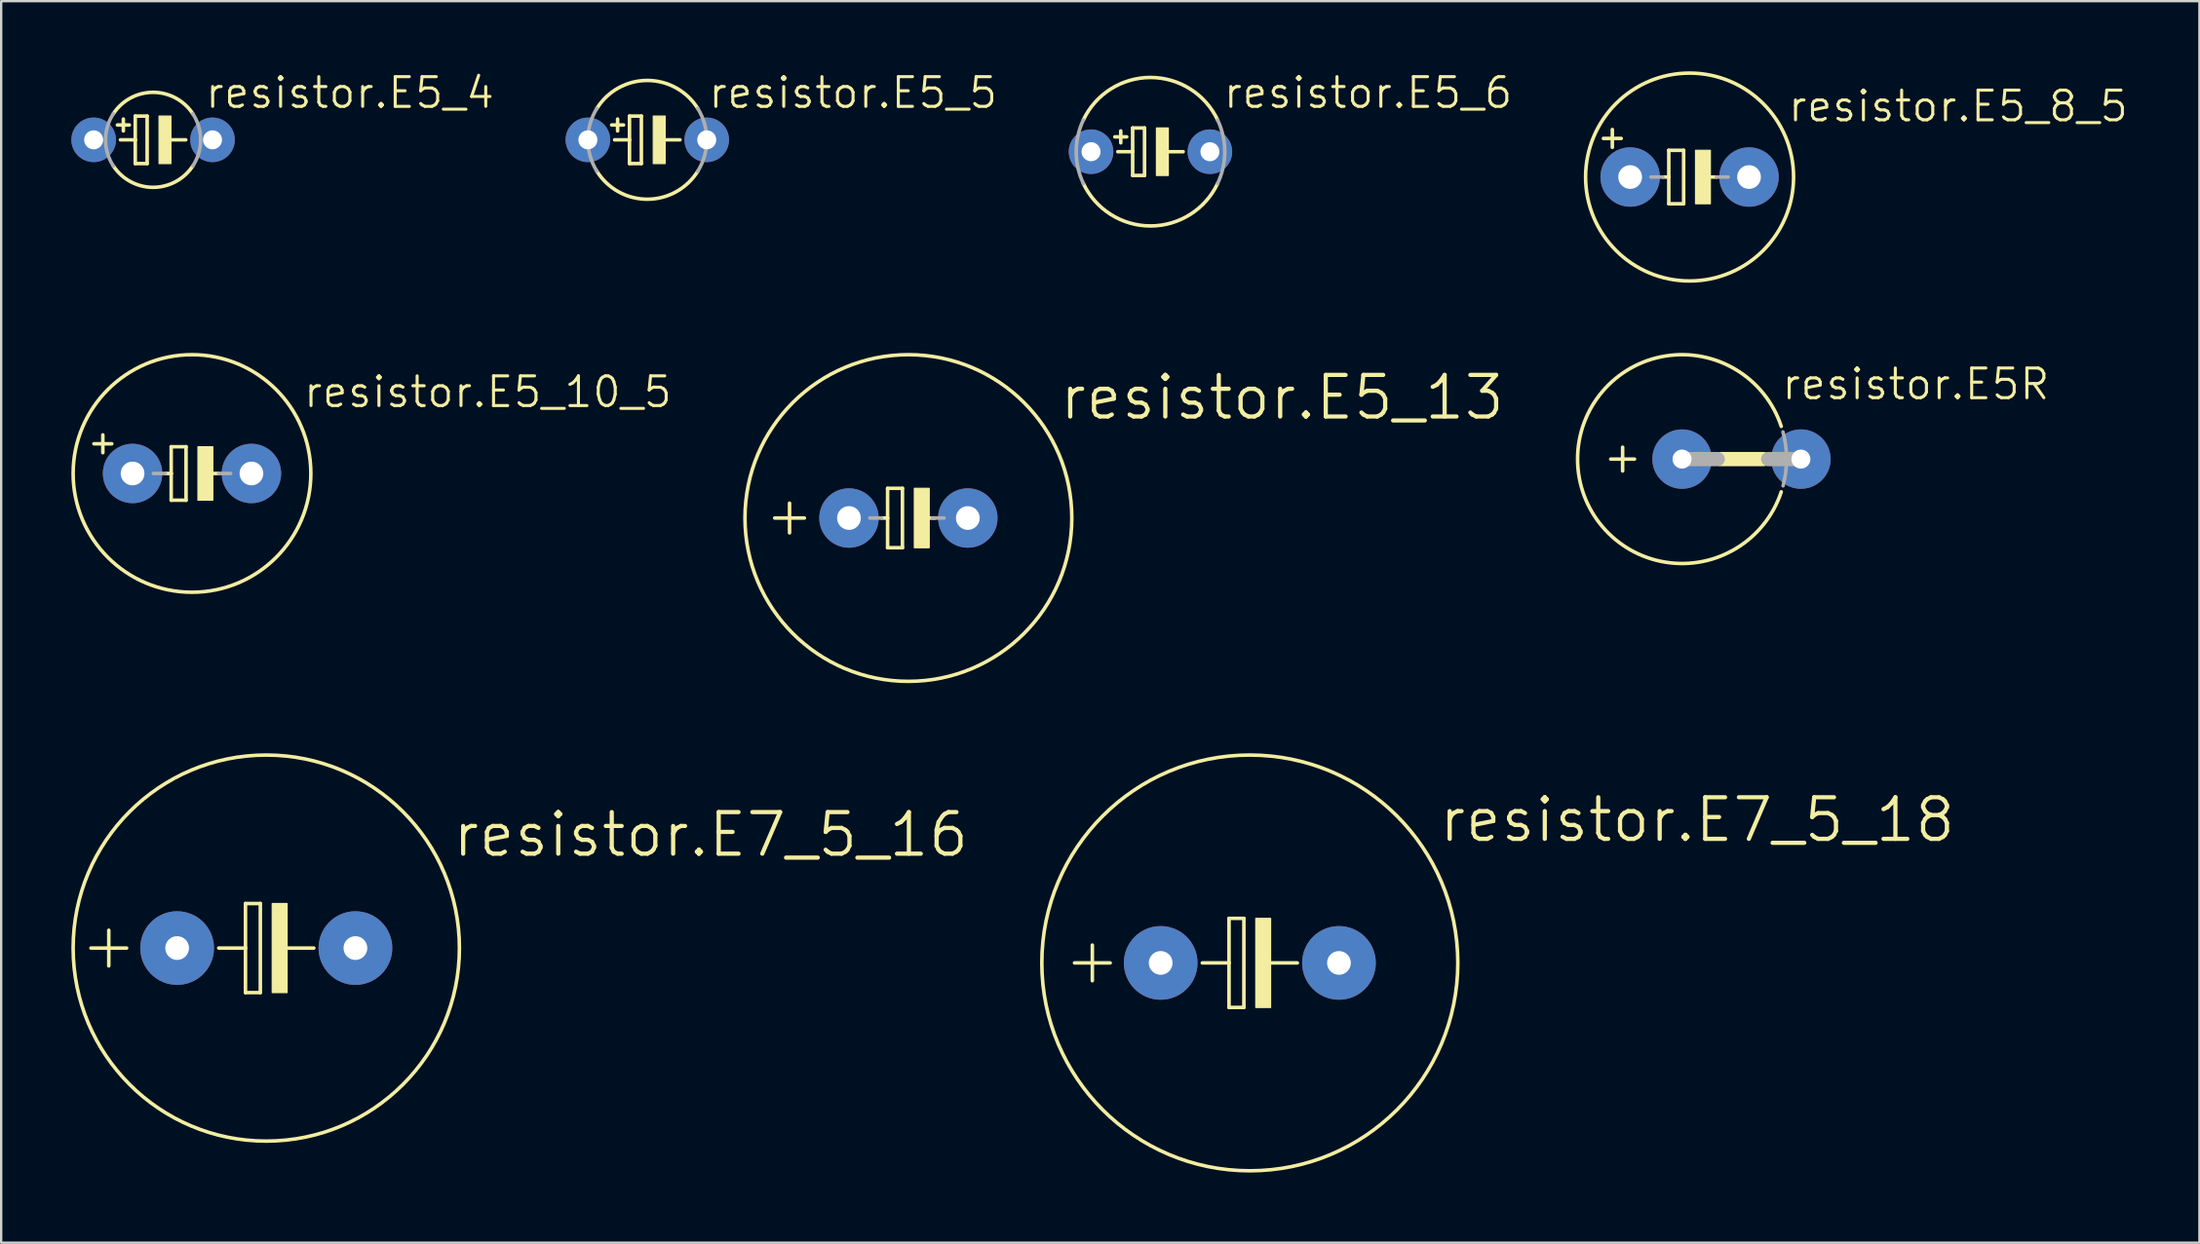
<source format=kicad_pcb>
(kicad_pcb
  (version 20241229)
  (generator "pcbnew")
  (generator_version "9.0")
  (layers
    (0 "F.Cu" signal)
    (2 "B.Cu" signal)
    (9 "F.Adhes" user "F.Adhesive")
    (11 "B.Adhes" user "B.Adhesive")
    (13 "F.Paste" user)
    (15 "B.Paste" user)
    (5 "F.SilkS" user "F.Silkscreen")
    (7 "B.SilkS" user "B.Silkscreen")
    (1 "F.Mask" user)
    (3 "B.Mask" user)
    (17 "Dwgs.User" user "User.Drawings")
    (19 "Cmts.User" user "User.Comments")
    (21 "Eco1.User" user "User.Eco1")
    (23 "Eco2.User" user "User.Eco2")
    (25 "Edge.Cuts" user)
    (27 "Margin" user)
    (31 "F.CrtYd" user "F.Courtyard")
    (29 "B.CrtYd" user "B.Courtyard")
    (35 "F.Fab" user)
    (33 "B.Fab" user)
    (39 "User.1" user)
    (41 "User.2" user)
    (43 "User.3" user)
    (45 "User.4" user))
  (footprint "resistor.E5_13"
    (layer "F.Cu")
    (at 35.776 19.104)
    (property "Reference" "resistor.E5_13" (at 6.375 -4.115 0) (layer "F.SilkS") (effects (font (size 1.778 1.778) (thickness 0.18)) (justify left bottom)))
    (attr through_hole)
    (fp_line (start -5.715 0) (end -4.445 0) (stroke (width 0.152) (type default)) (layer "F.SilkS"))
    (fp_line (start -5.08 0.635) (end -5.08 -0.635) (stroke (width 0.152) (type default)) (layer "F.SilkS"))
    (fp_line (start -1.143 0) (end -0.889 0) (stroke (width 0.152) (type default)) (layer "F.SilkS"))
    (fp_line (start -0.889 -1.27) (end -0.889 0) (stroke (width 0.152) (type default)) (layer "F.SilkS"))
    (fp_line (start -0.889 0) (end -0.889 1.27) (stroke (width 0.152) (type default)) (layer "F.SilkS"))
    (fp_line (start -0.889 1.27) (end -0.254 1.27) (stroke (width 0.152) (type default)) (layer "F.SilkS"))
    (fp_line (start -0.254 -1.27) (end -0.889 -1.27) (stroke (width 0.152) (type default)) (layer "F.SilkS"))
    (fp_line (start -0.254 1.27) (end -0.254 -1.27) (stroke (width 0.152) (type default)) (layer "F.SilkS"))
    (fp_line (start 0.635 0) (end 1.143 0) (stroke (width 0.152) (type default)) (layer "F.SilkS"))
    (fp_rect (start 0.254 1.27) (end 0.889 -1.27) (stroke (width 0.05) (type default)) (fill yes) (layer "F.SilkS"))
    (fp_circle (center 0 0) (end 6.985 0) (stroke (width 0.152) (type default)) (fill no) (layer "F.SilkS"))
    (fp_line (start -1.651 0) (end -1.143 0) (stroke (width 0.152) (type default)) (layer "F.Fab"))
    (fp_line (start 1.016 0) (end 1.524 0) (stroke (width 0.152) (type default)) (layer "F.Fab"))
    (pad "+" thru_hole circle (at -2.54 0) (size 2.54 2.54) (drill 1.016) (layers "*.Cu" "*.Mask"))
    (pad "-" thru_hole circle (at 2.54 0) (size 2.54 2.54) (drill 1.016) (layers "*.Cu" "*.Mask")))
  (footprint "resistor.E5_10_5"
    (layer "F.Cu")
    (at 5.156 17.199)
    (property "Reference" "resistor.E5_10_5" (at 4.699 -2.743 0) (layer "F.SilkS") (effects (font (size 1.27 1.27) (thickness 0.13)) (justify left bottom)))
    (attr through_hole)
    (fp_line (start -3.81 -1.651) (end -3.81 -0.889) (stroke (width 0.152) (type default)) (layer "F.SilkS"))
    (fp_line (start -3.429 -1.27) (end -4.191 -1.27) (stroke (width 0.152) (type default)) (layer "F.SilkS"))
    (fp_line (start -1.143 0) (end -0.889 0) (stroke (width 0.152) (type default)) (layer "F.SilkS"))
    (fp_line (start -0.889 -1.143) (end -0.889 0) (stroke (width 0.152) (type default)) (layer "F.SilkS"))
    (fp_line (start -0.889 0) (end -0.889 1.143) (stroke (width 0.152) (type default)) (layer "F.SilkS"))
    (fp_line (start -0.889 1.143) (end -0.254 1.143) (stroke (width 0.152) (type default)) (layer "F.SilkS"))
    (fp_line (start -0.254 -1.143) (end -0.889 -1.143) (stroke (width 0.152) (type default)) (layer "F.SilkS"))
    (fp_line (start -0.254 1.143) (end -0.254 -1.143) (stroke (width 0.152) (type default)) (layer "F.SilkS"))
    (fp_line (start 0.635 0) (end 1.143 0) (stroke (width 0.152) (type default)) (layer "F.SilkS"))
    (fp_rect (start 0.254 1.143) (end 0.889 -1.143) (stroke (width 0.05) (type default)) (fill yes) (layer "F.SilkS"))
    (fp_circle (center 0 0) (end 5.08 0) (stroke (width 0.152) (type default)) (fill no) (layer "F.SilkS"))
    (fp_line (start -1.651 0) (end -1.143 0) (stroke (width 0.152) (type default)) (layer "F.Fab"))
    (fp_line (start 1.143 0) (end 1.651 0) (stroke (width 0.152) (type default)) (layer "F.Fab"))
    (pad "+" thru_hole circle (at -2.54 0) (size 2.54 2.54) (drill 1.016) (layers "*.Cu" "*.Mask"))
    (pad "-" thru_hole circle (at 2.54 0) (size 2.54 2.54) (drill 1.016) (layers "*.Cu" "*.Mask")))
  (footprint "resistor.E5R"
    (layer "F.Cu")
    (at 71.383 16.584)
    (property "Reference" "resistor.E5R" (at 1.651 -2.464 0) (layer "F.SilkS") (effects (font (size 1.27 1.27) (thickness 0.13)) (justify left bottom)))
    (attr through_hole)
    (fp_line (start -5.588 0) (end -4.572 0) (stroke (width 0.152) (type default)) (layer "F.SilkS"))
    (fp_line (start -5.08 0.508) (end -5.08 -0.508) (stroke (width 0.152) (type default)) (layer "F.SilkS"))
    (fp_line (start -0.889 0) (end 0.94 0) (stroke (width 0.61) (type default)) (layer "F.SilkS"))
    (fp_arc (start 1.699999 1.4) (mid -7.005177 -0.0001) (end 1.70003 -1.40001) (stroke (width 0.1524) (type default)) (layer "F.SilkS"))
    (fp_line (start -2.54 0) (end -1.016 0) (stroke (width 0.61) (type default)) (layer "F.Fab"))
    (fp_line (start 2.54 0) (end 1.143 0) (stroke (width 0.61) (type default)) (layer "F.Fab"))
    (fp_arc (start 1.7732 -1.1613) (mid 1.926798 -0.009471) (end 1.7781 1.143) (stroke (width 0.1524) (type default)) (layer "F.Fab"))
    (pad "+" thru_hole circle (at -2.54 0) (size 2.54 2.54) (drill 0.813) (layers "*.Cu" "*.Mask"))
    (pad "-" thru_hole circle (at 2.54 0) (size 2.54 2.54) (drill 0.813) (layers "*.Cu" "*.Mask")))
  (footprint "resistor.E5_5"
    (layer "F.Cu")
    (at 24.617 2.93)
    (property "Reference" "resistor.E5_5" (at 2.54 -1.27 0) (layer "F.SilkS") (effects (font (size 1.27 1.27) (thickness 0.13)) (justify left bottom)))
    (attr through_hole)
    (fp_line (start -1.524 -0.635) (end -1.016 -0.635) (stroke (width 0.152) (type default)) (layer "F.SilkS"))
    (fp_line (start -1.397 0) (end -0.762 0) (stroke (width 0.152) (type default)) (layer "F.SilkS"))
    (fp_line (start -1.27 -0.381) (end -1.27 -0.889) (stroke (width 0.152) (type default)) (layer "F.SilkS"))
    (fp_line (start -0.762 -1.016) (end -0.762 0) (stroke (width 0.152) (type default)) (layer "F.SilkS"))
    (fp_line (start -0.762 0) (end -0.762 1.016) (stroke (width 0.152) (type default)) (layer "F.SilkS"))
    (fp_line (start -0.762 1.016) (end -0.254 1.016) (stroke (width 0.152) (type default)) (layer "F.SilkS"))
    (fp_line (start -0.254 -1.016) (end -0.762 -1.016) (stroke (width 0.152) (type default)) (layer "F.SilkS"))
    (fp_line (start -0.254 1.016) (end -0.254 -1.016) (stroke (width 0.152) (type default)) (layer "F.SilkS"))
    (fp_line (start 0.635 0) (end 1.397 0) (stroke (width 0.152) (type default)) (layer "F.SilkS"))
    (fp_rect (start 0.254 1.016) (end 0.762 -1.016) (stroke (width 0.05) (type default)) (fill yes) (layer "F.SilkS"))
    (fp_arc (start -2.1557 -1.3432) (mid 0 -2.539927) (end 2.1557 -1.3432) (stroke (width 0.1524) (type default)) (layer "F.SilkS"))
    (fp_arc (start 2.1557 1.3432) (mid 0 2.539927) (end -2.1557 1.3432) (stroke (width 0.1524) (type default)) (layer "F.SilkS"))
    (fp_arc (start -2.1557 1.3432) (mid -2.539927 0) (end -2.1557 -1.3432) (stroke (width 0.1524) (type default)) (layer "F.Fab"))
    (fp_arc (start 2.1557 -1.3432) (mid 2.539927 0) (end 2.1557 1.3432) (stroke (width 0.1524) (type default)) (layer "F.Fab"))
    (pad "+" thru_hole circle (at -2.54 0) (size 1.905 1.905) (drill 0.813) (layers "*.Cu" "*.Mask"))
    (pad "-" thru_hole circle (at 2.54 0) (size 1.905 1.905) (drill 0.813) (layers "*.Cu" "*.Mask")))
  (footprint "resistor.E5_8_5"
    (layer "F.Cu")
    (at 69.165 4.521)
    (property "Reference" "resistor.E5_8_5" (at 4.14 -2.286 0) (layer "F.SilkS") (effects (font (size 1.27 1.27) (thickness 0.13)) (justify left bottom)))
    (attr through_hole)
    (fp_line (start -3.683 -1.651) (end -2.921 -1.651) (stroke (width 0.152) (type default)) (layer "F.SilkS"))
    (fp_line (start -3.302 -2.032) (end -3.302 -1.27) (stroke (width 0.152) (type default)) (layer "F.SilkS"))
    (fp_line (start -1.143 0) (end -0.889 0) (stroke (width 0.152) (type default)) (layer "F.SilkS"))
    (fp_line (start -0.889 -1.143) (end -0.889 0) (stroke (width 0.152) (type default)) (layer "F.SilkS"))
    (fp_line (start -0.889 0) (end -0.889 1.143) (stroke (width 0.152) (type default)) (layer "F.SilkS"))
    (fp_line (start -0.889 1.143) (end -0.254 1.143) (stroke (width 0.152) (type default)) (layer "F.SilkS"))
    (fp_line (start -0.254 -1.143) (end -0.889 -1.143) (stroke (width 0.152) (type default)) (layer "F.SilkS"))
    (fp_line (start -0.254 1.143) (end -0.254 -1.143) (stroke (width 0.152) (type default)) (layer "F.SilkS"))
    (fp_line (start 0.635 0) (end 1.143 0) (stroke (width 0.152) (type default)) (layer "F.SilkS"))
    (fp_rect (start 0.254 1.143) (end 0.889 -1.143) (stroke (width 0.05) (type default)) (fill yes) (layer "F.SilkS"))
    (fp_circle (center 0 0) (end 4.445 0) (stroke (width 0.152) (type default)) (fill no) (layer "F.SilkS"))
    (fp_line (start -1.651 0) (end -1.143 0) (stroke (width 0.152) (type default)) (layer "F.Fab"))
    (fp_line (start 1.143 0) (end 1.651 0) (stroke (width 0.152) (type default)) (layer "F.Fab"))
    (pad "+" thru_hole circle (at -2.54 0) (size 2.54 2.54) (drill 1.016) (layers "*.Cu" "*.Mask"))
    (pad "-" thru_hole circle (at 2.54 0) (size 2.54 2.54) (drill 1.016) (layers "*.Cu" "*.Mask")))
  (footprint "resistor.E5_4"
    (layer "F.Cu")
    (at 3.493 2.93)
    (property "Reference" "resistor.E5_4" (at 2.159 -1.27 0) (layer "F.SilkS") (effects (font (size 1.27 1.27) (thickness 0.13)) (justify left bottom)))
    (attr through_hole)
    (fp_line (start -1.524 -0.635) (end -1.016 -0.635) (stroke (width 0.152) (type default)) (layer "F.SilkS"))
    (fp_line (start -1.397 0) (end -0.762 0) (stroke (width 0.152) (type default)) (layer "F.SilkS"))
    (fp_line (start -1.27 -0.381) (end -1.27 -0.889) (stroke (width 0.152) (type default)) (layer "F.SilkS"))
    (fp_line (start -0.762 -1.016) (end -0.762 0) (stroke (width 0.152) (type default)) (layer "F.SilkS"))
    (fp_line (start -0.762 0) (end -0.762 1.016) (stroke (width 0.152) (type default)) (layer "F.SilkS"))
    (fp_line (start -0.762 1.016) (end -0.254 1.016) (stroke (width 0.152) (type default)) (layer "F.SilkS"))
    (fp_line (start -0.254 -1.016) (end -0.762 -1.016) (stroke (width 0.152) (type default)) (layer "F.SilkS"))
    (fp_line (start -0.254 1.016) (end -0.254 -1.016) (stroke (width 0.152) (type default)) (layer "F.SilkS"))
    (fp_line (start 0.635 0) (end 1.397 0) (stroke (width 0.152) (type default)) (layer "F.SilkS"))
    (fp_rect (start 0.254 1.016) (end 0.762 -1.016) (stroke (width 0.05) (type default)) (fill yes) (layer "F.SilkS"))
    (fp_arc (start -1.6985 -1.1153) (mid 0 -2.031944) (end 1.6985 -1.1153) (stroke (width 0.1524) (type default)) (layer "F.SilkS"))
    (fp_arc (start 1.6985 1.1153) (mid 0 2.031944) (end -1.6985 1.1153) (stroke (width 0.1524) (type default)) (layer "F.SilkS"))
    (fp_arc (start -1.6985 1.1153) (mid -2.031944 0) (end -1.6985 -1.1153) (stroke (width 0.1524) (type default)) (layer "F.Fab"))
    (fp_arc (start 1.6985 -1.1153) (mid 2.031944 0) (end 1.6985 1.1153) (stroke (width 0.1524) (type default)) (layer "F.Fab"))
    (pad "+" thru_hole circle (at -2.54 0) (size 1.905 1.905) (drill 0.813) (layers "*.Cu" "*.Mask"))
    (pad "-" thru_hole circle (at 2.54 0) (size 1.905 1.905) (drill 0.813) (layers "*.Cu" "*.Mask")))
  (footprint "resistor.E7_5_16"
    (layer "F.Cu")
    (at 8.331 37.496)
    (property "Reference" "resistor.E7_5_16" (at 7.874 -3.81 0) (layer "F.SilkS") (effects (font (size 1.778 1.778) (thickness 0.18)) (justify left bottom)))
    (attr through_hole)
    (fp_line (start -7.493 0) (end -5.969 0) (stroke (width 0.152) (type default)) (layer "F.SilkS"))
    (fp_line (start -6.731 0.762) (end -6.731 -0.762) (stroke (width 0.152) (type default)) (layer "F.SilkS"))
    (fp_line (start -0.889 -1.905) (end -0.889 0) (stroke (width 0.152) (type default)) (layer "F.SilkS"))
    (fp_line (start -0.889 0) (end -2.032 0) (stroke (width 0.152) (type default)) (layer "F.SilkS"))
    (fp_line (start -0.889 0) (end -0.889 1.905) (stroke (width 0.152) (type default)) (layer "F.SilkS"))
    (fp_line (start -0.889 1.905) (end -0.254 1.905) (stroke (width 0.152) (type default)) (layer "F.SilkS"))
    (fp_line (start -0.254 -1.905) (end -0.889 -1.905) (stroke (width 0.152) (type default)) (layer "F.SilkS"))
    (fp_line (start -0.254 1.905) (end -0.254 -1.905) (stroke (width 0.152) (type default)) (layer "F.SilkS"))
    (fp_line (start 0.635 0) (end 2.032 0) (stroke (width 0.152) (type default)) (layer "F.SilkS"))
    (fp_rect (start 0.254 1.905) (end 0.889 -1.905) (stroke (width 0.05) (type default)) (fill yes) (layer "F.SilkS"))
    (fp_circle (center 0 0) (end 8.255 0) (stroke (width 0.152) (type default)) (fill no) (layer "F.SilkS"))
    (pad "+" thru_hole circle (at -3.81 0) (size 3.15 3.15) (drill 1.016) (layers "*.Cu" "*.Mask"))
    (pad "-" thru_hole circle (at 3.81 0) (size 3.15 3.15) (drill 1.016) (layers "*.Cu" "*.Mask")))
  (footprint "resistor.E7_5_18"
    (layer "F.Cu")
    (at 50.369 38.131)
    (property "Reference" "resistor.E7_5_18" (at 8.001 -5.08 0) (layer "F.SilkS") (effects (font (size 1.778 1.778) (thickness 0.18)) (justify left bottom)))
    (attr through_hole)
    (fp_line (start -7.493 0) (end -5.969 0) (stroke (width 0.152) (type default)) (layer "F.SilkS"))
    (fp_line (start -6.731 0.762) (end -6.731 -0.762) (stroke (width 0.152) (type default)) (layer "F.SilkS"))
    (fp_line (start -0.889 -1.905) (end -0.889 0) (stroke (width 0.152) (type default)) (layer "F.SilkS"))
    (fp_line (start -0.889 0) (end -2.032 0) (stroke (width 0.152) (type default)) (layer "F.SilkS"))
    (fp_line (start -0.889 0) (end -0.889 1.905) (stroke (width 0.152) (type default)) (layer "F.SilkS"))
    (fp_line (start -0.889 1.905) (end -0.254 1.905) (stroke (width 0.152) (type default)) (layer "F.SilkS"))
    (fp_line (start -0.254 -1.905) (end -0.889 -1.905) (stroke (width 0.152) (type default)) (layer "F.SilkS"))
    (fp_line (start -0.254 1.905) (end -0.254 -1.905) (stroke (width 0.152) (type default)) (layer "F.SilkS"))
    (fp_line (start 0.635 0) (end 2.032 0) (stroke (width 0.152) (type default)) (layer "F.SilkS"))
    (fp_rect (start 0.254 1.905) (end 0.889 -1.905) (stroke (width 0.05) (type default)) (fill yes) (layer "F.SilkS"))
    (fp_circle (center 0 0) (end 8.89 0) (stroke (width 0.152) (type default)) (fill no) (layer "F.SilkS"))
    (pad "+" thru_hole circle (at -3.81 0) (size 3.15 3.15) (drill 1.016) (layers "*.Cu" "*.Mask"))
    (pad "-" thru_hole circle (at 3.81 0) (size 3.15 3.15) (drill 1.016) (layers "*.Cu" "*.Mask")))
  (footprint "resistor.E5_6"
    (layer "F.Cu")
    (at 46.123 3.438)
    (property "Reference" "resistor.E5_6" (at 3.048 -1.778 0) (layer "F.SilkS") (effects (font (size 1.27 1.27) (thickness 0.13)) (justify left bottom)))
    (attr through_hole)
    (fp_line (start -1.524 -0.635) (end -1.016 -0.635) (stroke (width 0.152) (type default)) (layer "F.SilkS"))
    (fp_line (start -1.397 0) (end -0.762 0) (stroke (width 0.152) (type default)) (layer "F.SilkS"))
    (fp_line (start -1.27 -0.381) (end -1.27 -0.889) (stroke (width 0.152) (type default)) (layer "F.SilkS"))
    (fp_line (start -0.762 -1.016) (end -0.762 0) (stroke (width 0.152) (type default)) (layer "F.SilkS"))
    (fp_line (start -0.762 0) (end -0.762 1.016) (stroke (width 0.152) (type default)) (layer "F.SilkS"))
    (fp_line (start -0.762 1.016) (end -0.254 1.016) (stroke (width 0.152) (type default)) (layer "F.SilkS"))
    (fp_line (start -0.254 -1.016) (end -0.762 -1.016) (stroke (width 0.152) (type default)) (layer "F.SilkS"))
    (fp_line (start -0.254 1.016) (end -0.254 -1.016) (stroke (width 0.152) (type default)) (layer "F.SilkS"))
    (fp_line (start 0.635 0) (end 1.397 0) (stroke (width 0.152) (type default)) (layer "F.SilkS"))
    (fp_rect (start 0.254 1.016) (end 0.762 -1.016) (stroke (width 0.05) (type default)) (fill yes) (layer "F.SilkS"))
    (fp_arc (start -2.8702 -1.3574) (mid 0 -3.174993) (end 2.8702 -1.3574) (stroke (width 0.1524) (type default)) (layer "F.SilkS"))
    (fp_arc (start 2.8702 1.3574) (mid 0 3.174993) (end -2.8702 1.3574) (stroke (width 0.1524) (type default)) (layer "F.SilkS"))
    (fp_arc (start -2.8702 1.3574) (mid -3.174993 0) (end -2.8702 -1.3574) (stroke (width 0.1524) (type default)) (layer "F.Fab"))
    (fp_arc (start 2.8702 -1.3574) (mid 3.174993 0) (end 2.8702 1.3574) (stroke (width 0.1524) (type default)) (layer "F.Fab"))
    (pad "+" thru_hole circle (at -2.54 0) (size 1.905 1.905) (drill 0.813) (layers "*.Cu" "*.Mask"))
    (pad "-" thru_hole circle (at 2.54 0) (size 1.905 1.905) (drill 0.813) (layers "*.Cu" "*.Mask")))
  (gr_rect
    (start -3 -3)
    (end 90.956 50.097)
    (stroke (width 0.1) (type default))
    (fill no)
    (layer "Edge.Cuts")))
</source>
